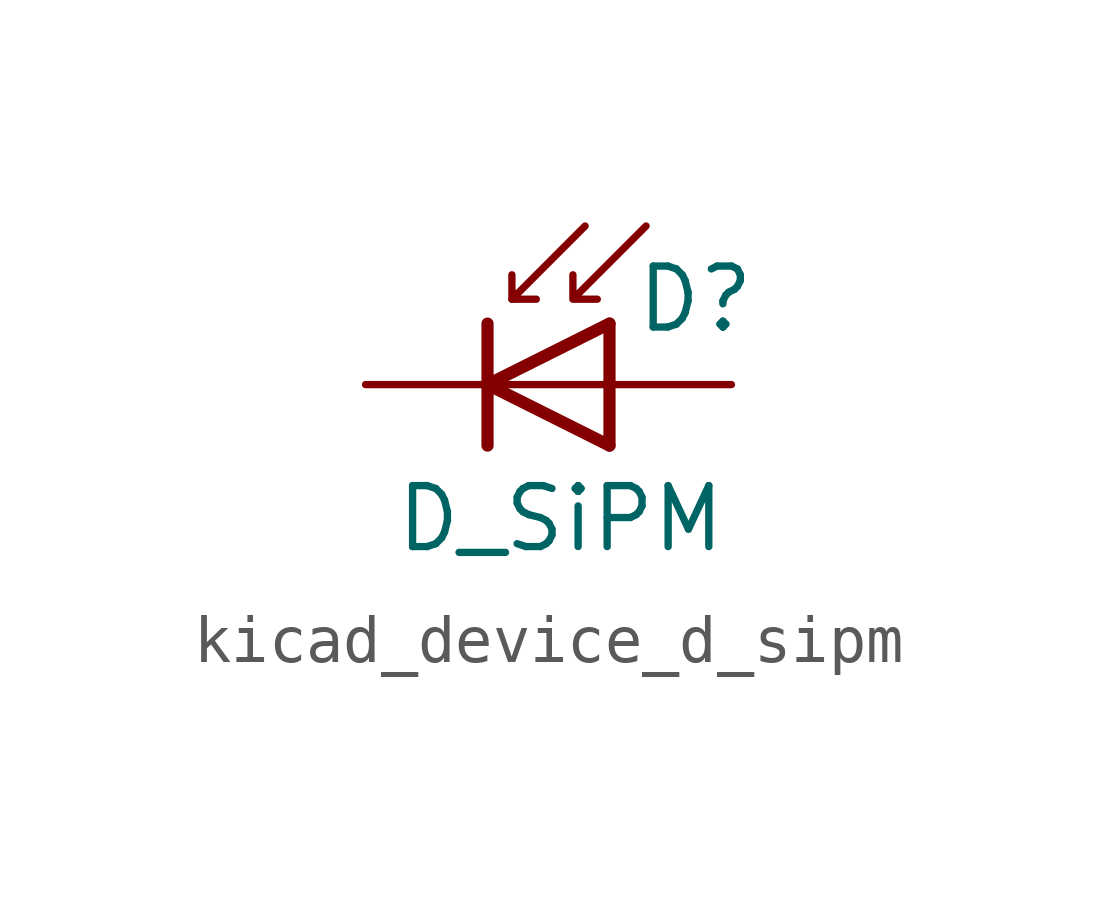
<source format=kicad_sym>
(kicad_symbol_lib
  (version 20220914)
  (generator kicad_symbol_editor)
  (symbol "kicad_device_d_sipm"
    (pin_numbers hide)
    (pin_names hide)
    (property "Reference" "D"
      (at 1.778 1.778 0)
      (effects (font (size 1.27 1.27)) (justify left)))
    (property "Value" "D_SiPM"
      (at 0.254 -2.794 0)
      (effects (font (size 1.27 1.27))))
    (symbol "kicad_device_d_sipm_0_1"
      (polyline (pts (xy -1.27 0) (xy 1.27 0)) (stroke (width 0) (type default)) (fill (type none)))
      (polyline (pts (xy -1.27 1.27) (xy -1.27 -1.27)) (stroke (width 0.254) (type default)) (fill (type none)))
      (polyline (pts (xy -0.762 1.778) (xy -0.254 1.778)) (stroke (width 0) (type default)) (fill (type none)))
      (polyline (pts (xy 1.27 1.27) (xy 1.27 -1.27)) (stroke (width 0.254) (type default)) (fill (type none)))
      (polyline (pts (xy 0.762 3.302) (xy -0.762 1.778) (xy -0.762 2.286)) (stroke (width 0) (type default)) (fill (type none)))
      (polyline (pts (xy 1.27 1.27) (xy -1.27 0) (xy 1.27 -1.27)) (stroke (width 0.254) (type default)) (fill (type none)))
      (polyline (pts (xy 2.032 3.302) (xy 0.508 1.778) (xy 0.508 2.286) (xy 0.508 1.778) (xy 1.016 1.778)) (stroke (width 0) (type default)) (fill (type none))))
    (symbol "kicad_device_d_sipm_1_1"
      (pin passive line (at -3.81 0 0) (length 2.54) (name "K" (effects (font (size 1.27 1.27)))) (number "1" (effects (font (size 1.27 1.27)))))
      (pin passive line (at 3.81 0 180) (length 2.54) (name "A" (effects (font (size 1.27 1.27)))) (number "2" (effects (font (size 1.27 1.27))))))))
</source>
